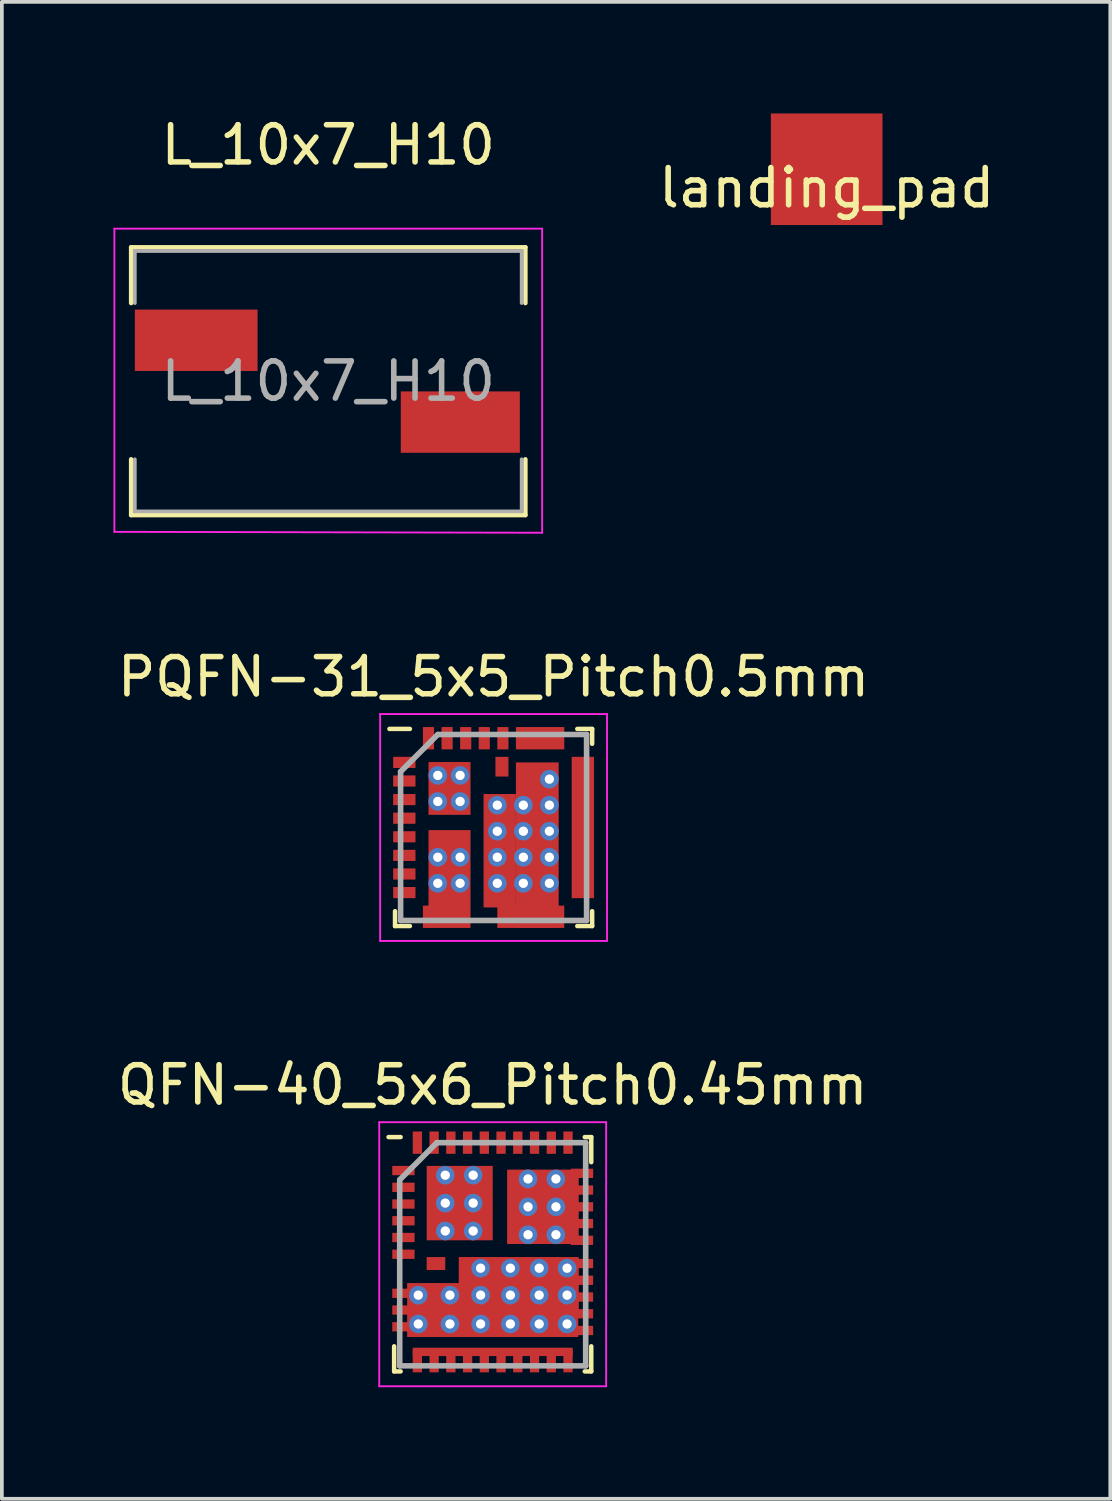
<source format=kicad_pcb>
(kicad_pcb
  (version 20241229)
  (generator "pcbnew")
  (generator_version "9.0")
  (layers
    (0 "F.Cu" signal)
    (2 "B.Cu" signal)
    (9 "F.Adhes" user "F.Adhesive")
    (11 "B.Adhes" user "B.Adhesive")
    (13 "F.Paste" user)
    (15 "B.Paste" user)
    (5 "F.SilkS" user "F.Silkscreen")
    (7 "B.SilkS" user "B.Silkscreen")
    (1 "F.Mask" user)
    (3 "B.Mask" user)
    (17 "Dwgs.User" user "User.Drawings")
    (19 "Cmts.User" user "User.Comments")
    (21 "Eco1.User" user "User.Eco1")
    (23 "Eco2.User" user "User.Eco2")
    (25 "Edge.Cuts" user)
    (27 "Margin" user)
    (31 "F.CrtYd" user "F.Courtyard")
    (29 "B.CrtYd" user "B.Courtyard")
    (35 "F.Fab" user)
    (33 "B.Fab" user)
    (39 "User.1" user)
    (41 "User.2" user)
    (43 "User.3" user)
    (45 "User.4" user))
  (footprint "L_10x7_H10"
    (layer "F.Cu")
    (at 5.775 7.198)
    (property "Reference" "L_10x7_H10" (at 0 -6.35 0) (layer "F.SilkS") (effects (font (size 1 1) (thickness 0.15))))
    (attr smd)
    (fp_line (start -5.3 -3.6) (end 5.3 -3.6) (stroke (width 0.12) (type solid)) (layer "F.SilkS"))
    (fp_line (start -5.3 -2.1) (end -5.3 -3.6) (stroke (width 0.12) (type solid)) (layer "F.SilkS"))
    (fp_line (start -5.3 3.6) (end -5.3 2.1) (stroke (width 0.12) (type solid)) (layer "F.SilkS"))
    (fp_line (start 5.3 -3.6) (end 5.3 -2.1) (stroke (width 0.12) (type solid)) (layer "F.SilkS"))
    (fp_line (start 5.3 2.1) (end 5.3 3.6) (stroke (width 0.12) (type solid)) (layer "F.SilkS"))
    (fp_line (start 5.3 3.6) (end -5.3 3.6) (stroke (width 0.12) (type solid)) (layer "F.SilkS"))
    (fp_line (start -5.75 -4.1) (end -5.75 4.05) (stroke (width 0.05) (type solid)) (layer "F.CrtYd"))
    (fp_line (start -5.75 4.05) (end 5.75 4.075) (stroke (width 0.05) (type solid)) (layer "F.CrtYd"))
    (fp_line (start 5.75 -4.1) (end -5.75 -4.1) (stroke (width 0.05) (type solid)) (layer "F.CrtYd"))
    (fp_line (start 5.75 4.075) (end 5.75 -4.1) (stroke (width 0.05) (type solid)) (layer "F.CrtYd"))
    (fp_line (start -5.2 -3.5) (end -5.2 -2.1) (stroke (width 0.1) (type solid)) (layer "F.Fab"))
    (fp_line (start -5.2 -3.5) (end 5.2 -3.5) (stroke (width 0.1) (type solid)) (layer "F.Fab"))
    (fp_line (start -5.2 3.5) (end -5.2 2.1) (stroke (width 0.1) (type solid)) (layer "F.Fab"))
    (fp_line (start -5.2 3.5) (end 5.2 3.5) (stroke (width 0.1) (type solid)) (layer "F.Fab"))
    (fp_line (start 5.2 -3.5) (end 5.2 -2.1) (stroke (width 0.1) (type solid)) (layer "F.Fab"))
    (fp_line (start 5.2 3.5) (end 5.2 2.1) (stroke (width 0.1) (type solid)) (layer "F.Fab"))
    (fp_text user "${REFERENCE}" (at 0 0 0) (layer "F.Fab") (effects (font (size 1 1) (thickness 0.15))))
    (pad "1" smd rect (at -3.55 -1.1 270) (size 1.65 3.3) (layers "F.Cu" "F.Mask" "F.Paste"))
    (pad "2" smd rect (at 3.55 1.1) (size 3.2 1.65) (layers "F.Cu" "F.Mask" "F.Paste")))
  (footprint "QFN-40_5x6_Pitch0.45mm"
    (layer "F.Cu")
    (at 10.196 30.67)
    (property "Reference" "QFN-40_5x6_Pitch0.45mm" (at 0 -4.55 0) (layer "F.SilkS") (effects (font (size 1 1) (thickness 0.15))))
    (attr smd)
    (fp_line (start -2.65 3.15) (end -2.65 2.475) (stroke (width 0.12) (type solid)) (layer "F.SilkS"))
    (fp_line (start -2.475 -3.15) (end -2.8 -3.15) (stroke (width 0.12) (type solid)) (layer "F.SilkS"))
    (fp_line (start -2.475 3.15) (end -2.65 3.15) (stroke (width 0.12) (type solid)) (layer "F.SilkS"))
    (fp_line (start 2.475 -3.15) (end 2.65 -3.15) (stroke (width 0.12) (type solid)) (layer "F.SilkS"))
    (fp_line (start 2.475 3.15) (end 2.65 3.15) (stroke (width 0.12) (type solid)) (layer "F.SilkS"))
    (fp_line (start 2.65 -3.15) (end 2.65 -2.475) (stroke (width 0.12) (type solid)) (layer "F.SilkS"))
    (fp_line (start 2.65 3.15) (end 2.65 2.475) (stroke (width 0.12) (type solid)) (layer "F.SilkS"))
    (fp_line (start -3.05 -3.55) (end 3.05 -3.55) (stroke (width 0.05) (type solid)) (layer "F.CrtYd"))
    (fp_line (start -3.05 3.55) (end -3.05 -3.55) (stroke (width 0.05) (type solid)) (layer "F.CrtYd"))
    (fp_line (start 3.05 -3.55) (end 3.05 3.55) (stroke (width 0.05) (type solid)) (layer "F.CrtYd"))
    (fp_line (start 3.05 3.55) (end -3.05 3.55) (stroke (width 0.05) (type solid)) (layer "F.CrtYd"))
    (fp_line (start -2.5 -2) (end -2.5 3) (stroke (width 0.15) (type solid)) (layer "F.Fab"))
    (fp_line (start -2.5 3) (end 2.5 3) (stroke (width 0.15) (type solid)) (layer "F.Fab"))
    (fp_line (start -1.5 -3) (end -2.5 -2) (stroke (width 0.15) (type solid)) (layer "F.Fab"))
    (fp_line (start 2.5 -3) (end -1.5 -3) (stroke (width 0.15) (type solid)) (layer "F.Fab"))
    (fp_line (start 2.5 3) (end 2.5 -3) (stroke (width 0.15) (type solid)) (layer "F.Fab"))
    (pad "1" smd rect (at -2.4 -2.25 90) (size 0.25 0.6) (layers "F.Cu" "F.Mask" "F.Paste"))
    (pad "2" smd rect (at -2.4 -1.8 90) (size 0.25 0.6) (layers "F.Cu" "F.Mask" "F.Paste"))
    (pad "3" smd rect (at -2.4 -1.35 90) (size 0.25 0.6) (layers "F.Cu" "F.Mask" "F.Paste"))
    (pad "4" smd rect (at -2.4 -0.9 90) (size 0.25 0.6) (layers "F.Cu" "F.Mask" "F.Paste"))
    (pad "5" smd rect (at -2.4 -0.45 90) (size 0.25 0.6) (layers "F.Cu" "F.Mask" "F.Paste"))
    (pad "6" smd rect (at -2.4 0 90) (size 0.25 0.6) (layers "F.Cu" "F.Mask" "F.Paste"))
    (pad "7" smd rect (at -2.4 1.05 90) (size 0.25 0.6) (layers "F.Cu" "F.Mask" "F.Paste"))
    (pad "7" smd rect (at -2.4 1.5 90) (size 0.25 0.6) (layers "F.Cu" "F.Mask" "F.Paste"))
    (pad "7" smd rect (at -2.4 1.95 90) (size 0.25 0.6) (layers "F.Cu" "F.Mask" "F.Paste"))
    (pad "7" thru_hole circle (at -2 1.1) (size 0.5 0.5) (drill 0.25) (layers "*.Cu" "*.Mask"))
    (pad "7" thru_hole circle (at -2 1.875) (size 0.5 0.5) (drill 0.25) (layers "*.Cu" "*.Mask"))
    (pad "7" thru_hole circle (at -1.15 1.1) (size 0.5 0.5) (drill 0.25) (layers "*.Cu" "*.Mask"))
    (pad "7" thru_hole circle (at -1.15 1.875) (size 0.5 0.5) (drill 0.25) (layers "*.Cu" "*.Mask"))
    (pad "7" thru_hole circle (at -0.325 0.375) (size 0.5 0.5) (drill 0.25) (layers "*.Cu" "*.Mask"))
    (pad "7" thru_hole circle (at -0.325 1.1) (size 0.5 0.5) (drill 0.25) (layers "*.Cu" "*.Mask"))
    (pad "7" thru_hole circle (at -0.325 1.875) (size 0.5 0.5) (drill 0.25) (layers "*.Cu" "*.Mask"))
    (pad "7" smd rect (at 0 1.5) (size 4.6 1.45) (layers "F.Cu" "F.Mask" "F.Paste"))
    (pad "7" thru_hole circle (at 0.475 0.375) (size 0.5 0.5) (drill 0.25) (layers "*.Cu" "*.Mask"))
    (pad "7" thru_hole circle (at 0.475 1.1) (size 0.5 0.5) (drill 0.25) (layers "*.Cu" "*.Mask"))
    (pad "7" thru_hole circle (at 0.475 1.875) (size 0.5 0.5) (drill 0.25) (layers "*.Cu" "*.Mask"))
    (pad "7" smd rect (at 0.7 0.8) (size 3.225 1.45) (layers "F.Cu" "F.Mask" "F.Paste"))
    (pad "7" thru_hole circle (at 1.25 0.375) (size 0.5 0.5) (drill 0.25) (layers "*.Cu" "*.Mask"))
    (pad "7" thru_hole circle (at 1.25 1.1) (size 0.5 0.5) (drill 0.25) (layers "*.Cu" "*.Mask"))
    (pad "7" thru_hole circle (at 1.25 1.875) (size 0.5 0.5) (drill 0.25) (layers "*.Cu" "*.Mask"))
    (pad "7" thru_hole circle (at 2 0.375) (size 0.5 0.5) (drill 0.25) (layers "*.Cu" "*.Mask"))
    (pad "7" thru_hole circle (at 2 1.1) (size 0.5 0.5) (drill 0.25) (layers "*.Cu" "*.Mask"))
    (pad "7" thru_hole circle (at 2 1.875) (size 0.5 0.5) (drill 0.25) (layers "*.Cu" "*.Mask"))
    (pad "7" smd rect (at 2.4 0.25 90) (size 0.25 0.6) (layers "F.Cu" "F.Mask" "F.Paste"))
    (pad "7" smd rect (at 2.4 0.7 90) (size 0.25 0.6) (layers "F.Cu" "F.Mask" "F.Paste"))
    (pad "7" smd rect (at 2.4 1.15 90) (size 0.25 0.6) (layers "F.Cu" "F.Mask" "F.Paste"))
    (pad "7" smd rect (at 2.4 1.6 90) (size 0.25 0.6) (layers "F.Cu" "F.Mask" "F.Paste"))
    (pad "7" smd rect (at 2.4 2.05 90) (size 0.25 0.6) (layers "F.Cu" "F.Mask" "F.Paste"))
    (pad "10" smd rect (at -2.025 2.875) (size 0.25 0.6) (layers "F.Cu" "F.Mask" "F.Paste"))
    (pad "10" smd rect (at -1.575 2.875) (size 0.25 0.6) (layers "F.Cu" "F.Mask" "F.Paste"))
    (pad "10" smd rect (at -1.125 2.875) (size 0.25 0.6) (layers "F.Cu" "F.Mask" "F.Paste"))
    (pad "10" smd rect (at -0.675 2.875) (size 0.25 0.6) (layers "F.Cu" "F.Mask" "F.Paste"))
    (pad "10" smd rect (at -0.225 2.875) (size 0.25 0.6) (layers "F.Cu" "F.Mask" "F.Paste"))
    (pad "10" smd rect (at 0 2.625) (size 4.3 0.225) (layers "F.Cu" "F.Mask" "F.Paste"))
    (pad "10" smd rect (at 0.225 2.875) (size 0.25 0.6) (layers "F.Cu" "F.Mask" "F.Paste"))
    (pad "10" smd rect (at 0.675 2.875) (size 0.25 0.6) (layers "F.Cu" "F.Mask" "F.Paste"))
    (pad "10" smd rect (at 1.125 2.875) (size 0.25 0.6) (layers "F.Cu" "F.Mask" "F.Paste"))
    (pad "10" smd rect (at 1.575 2.875) (size 0.25 0.6) (layers "F.Cu" "F.Mask" "F.Paste"))
    (pad "10" smd rect (at 2.025 2.875) (size 0.25 0.6) (layers "F.Cu" "F.Mask" "F.Paste"))
    (pad "25" thru_hole circle (at 0.95 -2.025) (size 0.5 0.5) (drill 0.25) (layers "*.Cu" "*.Mask"))
    (pad "25" thru_hole circle (at 0.95 -1.275) (size 0.5 0.5) (drill 0.25) (layers "*.Cu" "*.Mask"))
    (pad "25" thru_hole circle (at 0.95 -0.525) (size 0.5 0.5) (drill 0.25) (layers "*.Cu" "*.Mask"))
    (pad "25" smd rect (at 1.35 -1.275) (size 1.925 2) (layers "F.Cu" "F.Mask" "F.Paste"))
    (pad "25" thru_hole circle (at 1.7 -2.025) (size 0.5 0.5) (drill 0.25) (layers "*.Cu" "*.Mask"))
    (pad "25" thru_hole circle (at 1.7 -1.275) (size 0.5 0.5) (drill 0.25) (layers "*.Cu" "*.Mask"))
    (pad "25" thru_hole circle (at 1.7 -0.525) (size 0.5 0.5) (drill 0.25) (layers "*.Cu" "*.Mask"))
    (pad "25" smd rect (at 2.4 -2.175 90) (size 0.25 0.6) (layers "F.Cu" "F.Mask" "F.Paste"))
    (pad "25" smd rect (at 2.4 -1.725 90) (size 0.25 0.6) (layers "F.Cu" "F.Mask" "F.Paste"))
    (pad "25" smd rect (at 2.4 -1.275 90) (size 0.25 0.6) (layers "F.Cu" "F.Mask" "F.Paste"))
    (pad "25" smd rect (at 2.4 -0.825 90) (size 0.25 0.6) (layers "F.Cu" "F.Mask" "F.Paste"))
    (pad "25" smd rect (at 2.4 -0.375 90) (size 0.25 0.6) (layers "F.Cu" "F.Mask" "F.Paste"))
    (pad "30" smd rect (at 2.025 -3) (size 0.25 0.6) (layers "F.Cu" "F.Mask" "F.Paste"))
    (pad "31" smd rect (at 1.575 -3) (size 0.25 0.6) (layers "F.Cu" "F.Mask" "F.Paste"))
    (pad "32" smd rect (at 1.125 -3) (size 0.25 0.6) (layers "F.Cu" "F.Mask" "F.Paste"))
    (pad "33" smd rect (at 0.675 -3) (size 0.25 0.6) (layers "F.Cu" "F.Mask" "F.Paste"))
    (pad "34" smd rect (at 0.225 -3) (size 0.25 0.6) (layers "F.Cu" "F.Mask" "F.Paste"))
    (pad "35" smd rect (at -0.225 -3) (size 0.25 0.6) (layers "F.Cu" "F.Mask" "F.Paste"))
    (pad "36" smd rect (at -0.675 -3) (size 0.25 0.6) (layers "F.Cu" "F.Mask" "F.Paste"))
    (pad "37" smd rect (at -1.125 -3) (size 0.25 0.6) (layers "F.Cu" "F.Mask" "F.Paste"))
    (pad "38" smd rect (at -1.575 -3) (size 0.25 0.6) (layers "F.Cu" "F.Mask" "F.Paste"))
    (pad "39" smd rect (at -2.025 -3) (size 0.25 0.6) (layers "F.Cu" "F.Mask" "F.Paste"))
    (pad "40" thru_hole circle (at -1.275 -2.125) (size 0.5 0.5) (drill 0.25) (layers "*.Cu" "*.Mask"))
    (pad "40" thru_hole circle (at -1.275 -1.375) (size 0.5 0.5) (drill 0.25) (layers "*.Cu" "*.Mask"))
    (pad "40" thru_hole circle (at -1.275 -0.625) (size 0.5 0.5) (drill 0.25) (layers "*.Cu" "*.Mask"))
    (pad "40" smd rect (at -0.887 -1.375) (size 1.775 2) (layers "F.Cu" "F.Mask" "F.Paste"))
    (pad "40" thru_hole circle (at -0.525 -2.125) (size 0.5 0.5) (drill 0.25) (layers "*.Cu" "*.Mask"))
    (pad "40" thru_hole circle (at -0.525 -1.375) (size 0.5 0.5) (drill 0.25) (layers "*.Cu" "*.Mask"))
    (pad "40" thru_hole circle (at -0.525 -0.625) (size 0.5 0.5) (drill 0.25) (layers "*.Cu" "*.Mask"))
    (pad "41" smd rect (at -1.525 0.25 90) (size 0.349 0.5) (layers "F.Cu" "F.Mask" "F.Paste")))
  (footprint "PQFN-31_5x5_Pitch0.5mm"
    (layer "F.Cu")
    (at 10.22 19.197)
    (property "Reference" "PQFN-31_5x5_Pitch0.5mm" (at 0 -4.05 0) (layer "F.SilkS") (effects (font (size 1 1) (thickness 0.15))))
    (attr smd)
    (fp_line (start -2.65 2.65) (end -2.65 2.25) (stroke (width 0.12) (type solid)) (layer "F.SilkS"))
    (fp_line (start -2.25 -2.65) (end -2.8 -2.65) (stroke (width 0.12) (type solid)) (layer "F.SilkS"))
    (fp_line (start -2.25 2.65) (end -2.65 2.65) (stroke (width 0.12) (type solid)) (layer "F.SilkS"))
    (fp_line (start 2.25 -2.65) (end 2.65 -2.65) (stroke (width 0.12) (type solid)) (layer "F.SilkS"))
    (fp_line (start 2.25 2.65) (end 2.65 2.65) (stroke (width 0.12) (type solid)) (layer "F.SilkS"))
    (fp_line (start 2.65 -2.65) (end 2.65 -2.25) (stroke (width 0.12) (type solid)) (layer "F.SilkS"))
    (fp_line (start 2.65 2.65) (end 2.65 2.25) (stroke (width 0.12) (type solid)) (layer "F.SilkS"))
    (fp_line (start -3.05 -3.05) (end 3.05 -3.05) (stroke (width 0.05) (type solid)) (layer "F.CrtYd"))
    (fp_line (start -3.05 3.05) (end -3.05 -3.05) (stroke (width 0.05) (type solid)) (layer "F.CrtYd"))
    (fp_line (start 3.05 -3.05) (end 3.05 3.05) (stroke (width 0.05) (type solid)) (layer "F.CrtYd"))
    (fp_line (start 3.05 3.05) (end -3.05 3.05) (stroke (width 0.05) (type solid)) (layer "F.CrtYd"))
    (fp_line (start -2.5 -1.5) (end -2.5 2.5) (stroke (width 0.15) (type solid)) (layer "F.Fab"))
    (fp_line (start -2.5 2.5) (end 2.5 2.5) (stroke (width 0.15) (type solid)) (layer "F.Fab"))
    (fp_line (start -1.5 -2.5) (end -2.5 -1.5) (stroke (width 0.15) (type solid)) (layer "F.Fab"))
    (fp_line (start 2.5 -2.5) (end -1.5 -2.5) (stroke (width 0.15) (type solid)) (layer "F.Fab"))
    (fp_line (start 2.5 2.5) (end 2.5 -2.5) (stroke (width 0.15) (type solid)) (layer "F.Fab"))
    (pad "1" smd rect (at -2.4 -1.75 90) (size 0.3 0.6) (layers "F.Cu" "F.Mask" "F.Paste"))
    (pad "2" smd rect (at -2.4 -1.25 90) (size 0.3 0.6) (layers "F.Cu" "F.Mask" "F.Paste"))
    (pad "3" smd rect (at -2.4 -0.75 90) (size 0.3 0.6) (layers "F.Cu" "F.Mask" "F.Paste"))
    (pad "4" smd rect (at -2.4 -0.25 90) (size 0.3 0.6) (layers "F.Cu" "F.Mask" "F.Paste"))
    (pad "5" smd rect (at -2.4 0.25 90) (size 0.3 0.6) (layers "F.Cu" "F.Mask" "F.Paste"))
    (pad "6" smd rect (at -2.4 0.75 90) (size 0.3 0.6) (layers "F.Cu" "F.Mask" "F.Paste"))
    (pad "7" smd rect (at -2.4 1.25 90) (size 0.3 0.6) (layers "F.Cu" "F.Mask" "F.Paste"))
    (pad "8" smd rect (at -2.4 1.75 90) (size 0.3 0.6) (layers "F.Cu" "F.Mask" "F.Paste"))
    (pad "8" smd rect (at -1.75 2.4) (size 0.3 0.6) (layers "F.Cu" "F.Mask" "F.Paste"))
    (pad "8" thru_hole circle (at -1.5 0.8) (size 0.5 0.5) (drill 0.25) (layers "*.Cu" "*.Mask"))
    (pad "8" thru_hole circle (at -1.5 1.5) (size 0.5 0.5) (drill 0.25) (layers "*.Cu" "*.Mask"))
    (pad "8" smd rect (at -1.185 1.385) (size 1.13 2.63) (layers "F.Cu" "F.Mask" "F.Paste"))
    (pad "8" thru_hole circle (at -0.9 0.8) (size 0.5 0.5) (drill 0.25) (layers "*.Cu" "*.Mask"))
    (pad "8" thru_hole circle (at -0.9 1.5) (size 0.5 0.5) (drill 0.25) (layers "*.Cu" "*.Mask"))
    (pad "12" thru_hole circle (at 0.1 -0.6) (size 0.5 0.5) (drill 0.25) (layers "*.Cu" "*.Mask"))
    (pad "12" thru_hole circle (at 0.1 0.1) (size 0.5 0.5) (drill 0.25) (layers "*.Cu" "*.Mask"))
    (pad "12" thru_hole circle (at 0.1 0.8) (size 0.5 0.5) (drill 0.25) (layers "*.Cu" "*.Mask"))
    (pad "12" thru_hole circle (at 0.1 1.5) (size 0.5 0.5) (drill 0.25) (layers "*.Cu" "*.Mask"))
    (pad "12" smd rect (at 0.165 0.625) (size 0.87 3.05) (layers "F.Cu" "F.Mask" "F.Paste"))
    (pad "12" thru_hole circle (at 0.8 -0.6) (size 0.5 0.5) (drill 0.25) (layers "*.Cu" "*.Mask"))
    (pad "12" thru_hole circle (at 0.8 0.1) (size 0.5 0.5) (drill 0.25) (layers "*.Cu" "*.Mask"))
    (pad "12" thru_hole circle (at 0.8 0.8) (size 0.5 0.5) (drill 0.25) (layers "*.Cu" "*.Mask"))
    (pad "12" thru_hole circle (at 0.8 1.5) (size 0.5 0.5) (drill 0.25) (layers "*.Cu" "*.Mask"))
    (pad "12" smd rect (at 1 2.4) (size 1.8 0.6) (layers "F.Cu" "F.Mask" "F.Paste"))
    (pad "12" smd rect (at 1.175 0.475) (size 1.15 4.45) (layers "F.Cu" "F.Mask" "F.Paste"))
    (pad "12" thru_hole circle (at 1.5 -1.3) (size 0.5 0.5) (drill 0.25) (layers "*.Cu" "*.Mask"))
    (pad "12" thru_hole circle (at 1.5 -0.6) (size 0.5 0.5) (drill 0.25) (layers "*.Cu" "*.Mask"))
    (pad "12" thru_hole circle (at 1.5 0.1) (size 0.5 0.5) (drill 0.25) (layers "*.Cu" "*.Mask"))
    (pad "12" thru_hole circle (at 1.5 0.8) (size 0.5 0.5) (drill 0.25) (layers "*.Cu" "*.Mask"))
    (pad "12" thru_hole circle (at 1.5 1.5) (size 0.5 0.5) (drill 0.25) (layers "*.Cu" "*.Mask"))
    (pad "16" smd rect (at 1.25 -2.4) (size 1.3 0.6) (layers "F.Cu" "F.Mask" "F.Paste"))
    (pad "16" smd rect (at 2.4 0 90) (size 3.8 0.6) (layers "F.Cu" "F.Mask" "F.Paste"))
    (pad "27" smd rect (at 0.25 -2.4) (size 0.3 0.6) (layers "F.Cu" "F.Mask" "F.Paste"))
    (pad "28" smd rect (at -0.25 -2.4) (size 0.3 0.6) (layers "F.Cu" "F.Mask" "F.Paste"))
    (pad "29" smd rect (at -0.75 -2.4) (size 0.3 0.6) (layers "F.Cu" "F.Mask" "F.Paste"))
    (pad "30" smd rect (at -1.25 -2.4) (size 0.3 0.6) (layers "F.Cu" "F.Mask" "F.Paste"))
    (pad "31" smd rect (at -1.75 -2.4) (size 0.3 0.6) (layers "F.Cu" "F.Mask" "F.Paste"))
    (pad "32" thru_hole circle (at -1.5 -1.4) (size 0.5 0.5) (drill 0.25) (layers "*.Cu" "*.Mask"))
    (pad "32" thru_hole circle (at -1.5 -0.7) (size 0.5 0.5) (drill 0.25) (layers "*.Cu" "*.Mask"))
    (pad "32" smd rect (at -1.185 -1.05) (size 1.13 1.42) (layers "F.Cu" "F.Mask" "F.Paste"))
    (pad "32" thru_hole circle (at -0.9 -1.4) (size 0.5 0.5) (drill 0.25) (layers "*.Cu" "*.Mask"))
    (pad "32" thru_hole circle (at -0.9 -0.7) (size 0.5 0.5) (drill 0.25) (layers "*.Cu" "*.Mask"))
    (pad "33" smd rect (at 0.225 -1.635) (size 0.35 0.53) (layers "F.Cu" "F.Mask" "F.Paste")))
  (footprint "landing_pad"
    (layer "F.Cu")
    (at 19.175 1.5)
    (property "Reference" "landing_pad" (at 0 0.5 0) (layer "F.SilkS") (effects (font (size 1 1) (thickness 0.15))))
    (attr through_hole)
    (pad "1" smd rect (at 0 0) (size 3 3) (layers "F.Cu" "F.Mask" "F.Paste")))
  (gr_rect
    (start -3 -3)
    (end 26.8 37.245)
    (stroke (width 0.1) (type default))
    (fill no)
    (layer "Edge.Cuts")))
</source>
